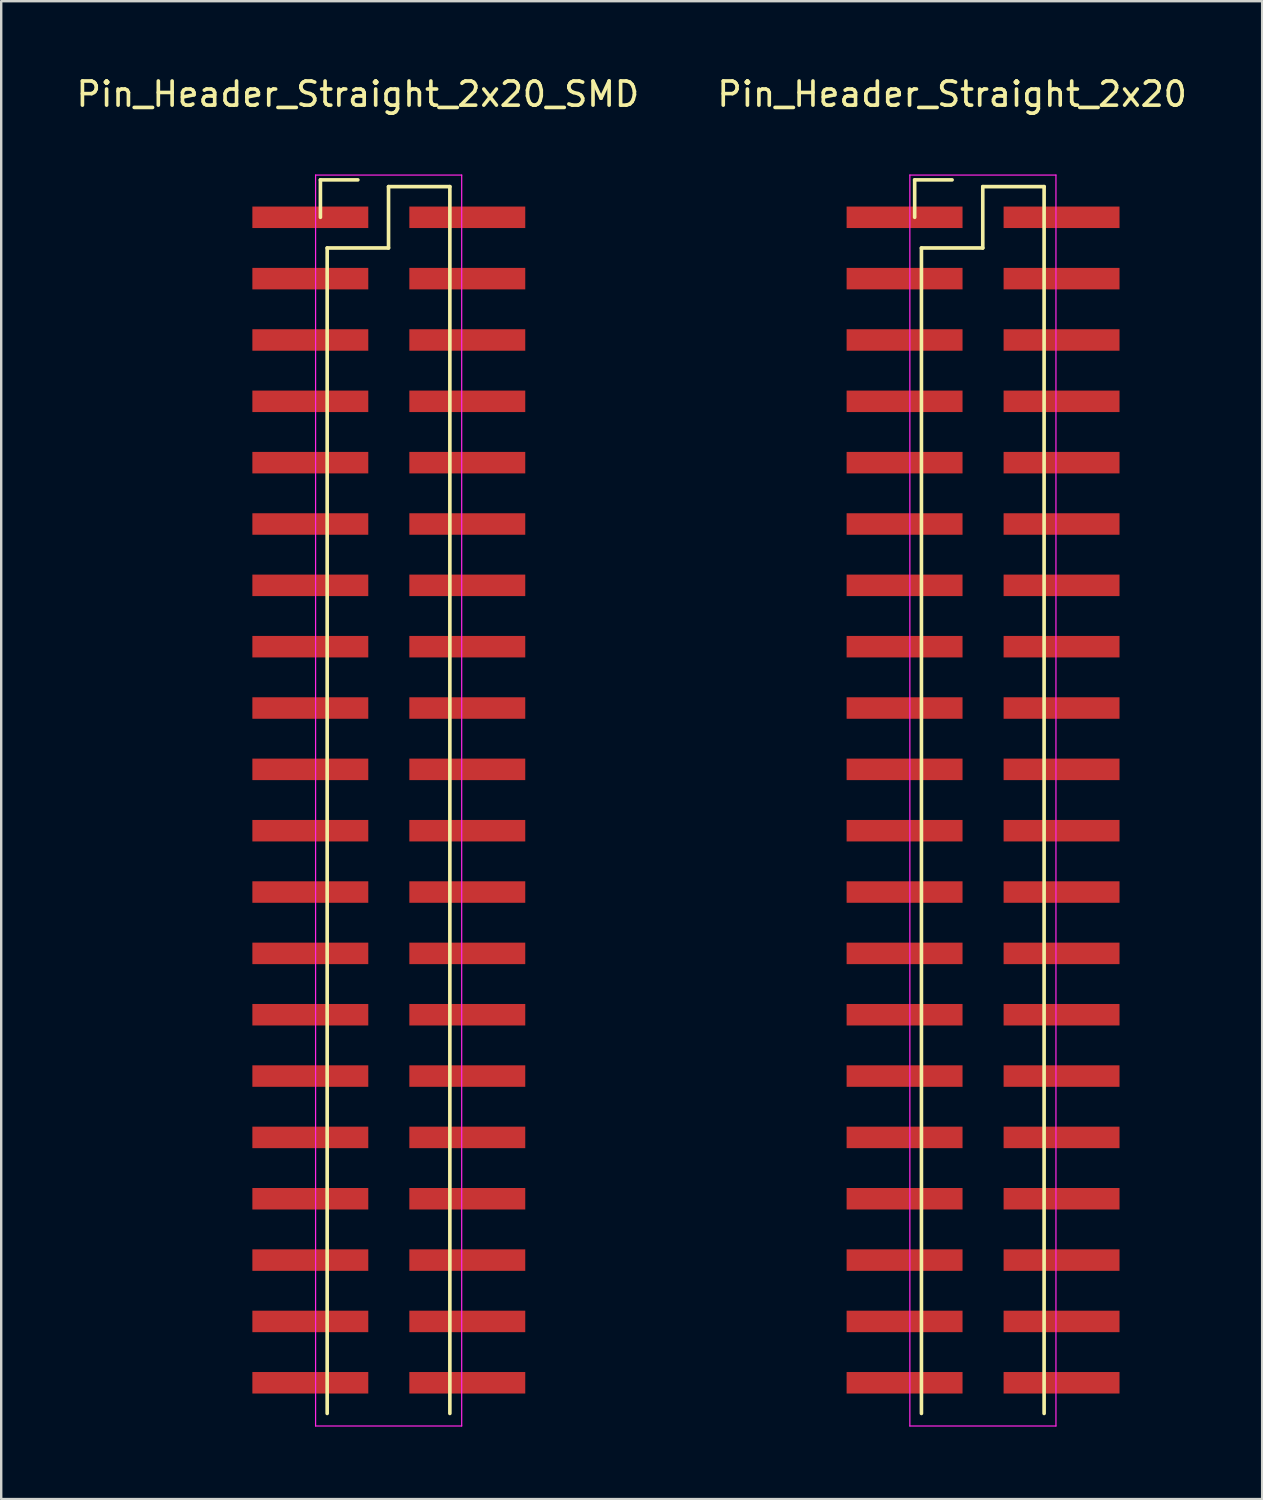
<source format=kicad_pcb>
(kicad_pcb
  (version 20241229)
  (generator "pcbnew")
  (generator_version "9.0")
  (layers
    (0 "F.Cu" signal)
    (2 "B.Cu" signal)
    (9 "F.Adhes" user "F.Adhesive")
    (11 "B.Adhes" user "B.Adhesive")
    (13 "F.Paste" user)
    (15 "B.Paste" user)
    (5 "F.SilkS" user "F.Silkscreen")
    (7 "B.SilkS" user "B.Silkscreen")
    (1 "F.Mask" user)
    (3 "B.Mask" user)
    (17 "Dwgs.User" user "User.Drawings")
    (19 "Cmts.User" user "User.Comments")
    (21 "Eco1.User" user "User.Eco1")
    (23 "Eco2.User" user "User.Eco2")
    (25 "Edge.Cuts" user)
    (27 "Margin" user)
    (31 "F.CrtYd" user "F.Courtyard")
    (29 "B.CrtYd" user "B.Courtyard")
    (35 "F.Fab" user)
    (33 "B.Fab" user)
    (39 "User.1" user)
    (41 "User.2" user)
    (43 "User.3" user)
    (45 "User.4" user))
  (footprint "Pin_Header_Straight_2x20_SMD"
    (layer "F.Cu")
    (at 11.768 5.948)
    (property "Reference" "Pin_Header_Straight_2x20_SMD" (at 0 -5.1 0) (layer "F.SilkS") (effects (font (size 1 1) (thickness 0.15))))
    (attr through_hole)
    (fp_line (start -1.55 -1.55) (end -1.55 0) (stroke (width 0.15) (type solid)) (layer "F.SilkS"))
    (fp_line (start -1.27 1.27) (end -1.27 49.53) (stroke (width 0.15) (type solid)) (layer "F.SilkS"))
    (fp_line (start 0 -1.55) (end -1.55 -1.55) (stroke (width 0.15) (type solid)) (layer "F.SilkS"))
    (fp_line (start 1.27 -1.27) (end 1.27 1.27) (stroke (width 0.15) (type solid)) (layer "F.SilkS"))
    (fp_line (start 1.27 1.27) (end -1.27 1.27) (stroke (width 0.15) (type solid)) (layer "F.SilkS"))
    (fp_line (start 3.81 -1.27) (end 1.27 -1.27) (stroke (width 0.15) (type solid)) (layer "F.SilkS"))
    (fp_line (start 3.81 49.53) (end 3.81 -1.27) (stroke (width 0.15) (type solid)) (layer "F.SilkS"))
    (fp_line (start -1.75 -1.75) (end -1.75 50.05) (stroke (width 0.05) (type solid)) (layer "F.CrtYd"))
    (fp_line (start -1.75 -1.75) (end 4.3 -1.75) (stroke (width 0.05) (type solid)) (layer "F.CrtYd"))
    (fp_line (start -1.75 50.05) (end 4.3 50.05) (stroke (width 0.05) (type solid)) (layer "F.CrtYd"))
    (fp_line (start 4.3 -1.75) (end 4.3 50.05) (stroke (width 0.05) (type solid)) (layer "F.CrtYd"))
    (pad "1" smd rect (at -1.968 0) (size 4.8 0.89) (layers "F.Cu" "F.Mask" "F.Paste"))
    (pad "2" smd rect (at 4.532 0) (size 4.8 0.89) (layers "F.Cu" "F.Mask" "F.Paste"))
    (pad "3" smd rect (at -1.968 2.54) (size 4.8 0.89) (layers "F.Cu" "F.Mask" "F.Paste"))
    (pad "4" smd rect (at 4.532 2.54) (size 4.8 0.89) (layers "F.Cu" "F.Mask" "F.Paste"))
    (pad "5" smd rect (at -1.968 5.08) (size 4.8 0.89) (layers "F.Cu" "F.Mask" "F.Paste"))
    (pad "6" smd rect (at 4.532 5.08) (size 4.8 0.89) (layers "F.Cu" "F.Mask" "F.Paste"))
    (pad "7" smd rect (at -1.968 7.62) (size 4.8 0.89) (layers "F.Cu" "F.Mask" "F.Paste"))
    (pad "8" smd rect (at 4.532 7.62) (size 4.8 0.89) (layers "F.Cu" "F.Mask" "F.Paste"))
    (pad "9" smd rect (at -1.968 10.16) (size 4.8 0.89) (layers "F.Cu" "F.Mask" "F.Paste"))
    (pad "10" smd rect (at 4.532 10.16) (size 4.8 0.89) (layers "F.Cu" "F.Mask" "F.Paste"))
    (pad "11" smd rect (at -1.968 12.7) (size 4.8 0.89) (layers "F.Cu" "F.Mask" "F.Paste"))
    (pad "12" smd rect (at 4.532 12.7) (size 4.8 0.89) (layers "F.Cu" "F.Mask" "F.Paste"))
    (pad "13" smd rect (at -1.968 15.24) (size 4.8 0.89) (layers "F.Cu" "F.Mask" "F.Paste"))
    (pad "14" smd rect (at 4.532 15.24) (size 4.8 0.89) (layers "F.Cu" "F.Mask" "F.Paste"))
    (pad "15" smd rect (at -1.968 17.78) (size 4.8 0.89) (layers "F.Cu" "F.Mask" "F.Paste"))
    (pad "16" smd rect (at 4.532 17.78) (size 4.8 0.89) (layers "F.Cu" "F.Mask" "F.Paste"))
    (pad "17" smd rect (at -1.968 20.32) (size 4.8 0.89) (layers "F.Cu" "F.Mask" "F.Paste"))
    (pad "18" smd rect (at 4.532 20.32) (size 4.8 0.89) (layers "F.Cu" "F.Mask" "F.Paste"))
    (pad "19" smd rect (at -1.968 22.86) (size 4.8 0.89) (layers "F.Cu" "F.Mask" "F.Paste"))
    (pad "20" smd rect (at 4.532 22.86) (size 4.8 0.89) (layers "F.Cu" "F.Mask" "F.Paste"))
    (pad "21" smd rect (at -1.968 25.4) (size 4.8 0.89) (layers "F.Cu" "F.Mask" "F.Paste"))
    (pad "22" smd rect (at 4.532 25.4) (size 4.8 0.89) (layers "F.Cu" "F.Mask" "F.Paste"))
    (pad "23" smd rect (at -1.968 27.94) (size 4.8 0.89) (layers "F.Cu" "F.Mask" "F.Paste"))
    (pad "24" smd rect (at 4.532 27.94) (size 4.8 0.89) (layers "F.Cu" "F.Mask" "F.Paste"))
    (pad "25" smd rect (at -1.968 30.48) (size 4.8 0.89) (layers "F.Cu" "F.Mask" "F.Paste"))
    (pad "26" smd rect (at 4.532 30.48) (size 4.8 0.89) (layers "F.Cu" "F.Mask" "F.Paste"))
    (pad "27" smd rect (at -1.968 33.02) (size 4.8 0.89) (layers "F.Cu" "F.Mask" "F.Paste"))
    (pad "28" smd rect (at 4.532 33.02) (size 4.8 0.89) (layers "F.Cu" "F.Mask" "F.Paste"))
    (pad "29" smd rect (at -1.968 35.56) (size 4.8 0.89) (layers "F.Cu" "F.Mask" "F.Paste"))
    (pad "30" smd rect (at 4.532 35.56) (size 4.8 0.89) (layers "F.Cu" "F.Mask" "F.Paste"))
    (pad "31" smd rect (at -1.968 38.1) (size 4.8 0.89) (layers "F.Cu" "F.Mask" "F.Paste"))
    (pad "32" smd rect (at 4.532 38.1) (size 4.8 0.89) (layers "F.Cu" "F.Mask" "F.Paste"))
    (pad "33" smd rect (at -1.968 40.64) (size 4.8 0.89) (layers "F.Cu" "F.Mask" "F.Paste"))
    (pad "34" smd rect (at 4.532 40.64) (size 4.8 0.89) (layers "F.Cu" "F.Mask" "F.Paste"))
    (pad "35" smd rect (at -1.968 43.18) (size 4.8 0.89) (layers "F.Cu" "F.Mask" "F.Paste"))
    (pad "36" smd rect (at 4.532 43.18) (size 4.8 0.89) (layers "F.Cu" "F.Mask" "F.Paste"))
    (pad "37" smd rect (at -1.968 45.72) (size 4.8 0.89) (layers "F.Cu" "F.Mask" "F.Paste"))
    (pad "38" smd rect (at 4.532 45.72) (size 4.8 0.89) (layers "F.Cu" "F.Mask" "F.Paste"))
    (pad "39" smd rect (at -1.968 48.26) (size 4.8 0.89) (layers "F.Cu" "F.Mask" "F.Paste"))
    (pad "40" smd rect (at 4.532 48.26) (size 4.8 0.89) (layers "F.Cu" "F.Mask" "F.Paste")))
  (footprint "Pin_Header_Straight_2x20"
    (layer "F.Cu")
    (at 36.375 5.948)
    (property "Reference" "Pin_Header_Straight_2x20" (at 0 -5.1 0) (layer "F.SilkS") (effects (font (size 1 1) (thickness 0.15))))
    (attr through_hole)
    (fp_line (start -1.55 -1.55) (end -1.55 0) (stroke (width 0.15) (type solid)) (layer "F.SilkS"))
    (fp_line (start -1.27 1.27) (end -1.27 49.53) (stroke (width 0.15) (type solid)) (layer "F.SilkS"))
    (fp_line (start 0 -1.55) (end -1.55 -1.55) (stroke (width 0.15) (type solid)) (layer "F.SilkS"))
    (fp_line (start 1.27 -1.27) (end 1.27 1.27) (stroke (width 0.15) (type solid)) (layer "F.SilkS"))
    (fp_line (start 1.27 1.27) (end -1.27 1.27) (stroke (width 0.15) (type solid)) (layer "F.SilkS"))
    (fp_line (start 3.81 -1.27) (end 1.27 -1.27) (stroke (width 0.15) (type solid)) (layer "F.SilkS"))
    (fp_line (start 3.81 49.53) (end 3.81 -1.27) (stroke (width 0.15) (type solid)) (layer "F.SilkS"))
    (fp_line (start -1.75 -1.75) (end -1.75 50.05) (stroke (width 0.05) (type solid)) (layer "F.CrtYd"))
    (fp_line (start -1.75 -1.75) (end 4.3 -1.75) (stroke (width 0.05) (type solid)) (layer "F.CrtYd"))
    (fp_line (start -1.75 50.05) (end 4.3 50.05) (stroke (width 0.05) (type solid)) (layer "F.CrtYd"))
    (fp_line (start 4.3 -1.75) (end 4.3 50.05) (stroke (width 0.05) (type solid)) (layer "F.CrtYd"))
    (pad "1" smd rect (at -1.968 0) (size 4.8 0.89) (layers "F.Cu" "F.Mask" "F.Paste"))
    (pad "2" smd rect (at 4.532 0) (size 4.8 0.89) (layers "F.Cu" "F.Mask" "F.Paste"))
    (pad "3" smd rect (at -1.968 2.54) (size 4.8 0.89) (layers "F.Cu" "F.Mask" "F.Paste"))
    (pad "4" smd rect (at 4.532 2.54) (size 4.8 0.89) (layers "F.Cu" "F.Mask" "F.Paste"))
    (pad "5" smd rect (at -1.968 5.08) (size 4.8 0.89) (layers "F.Cu" "F.Mask" "F.Paste"))
    (pad "6" smd rect (at 4.532 5.08) (size 4.8 0.89) (layers "F.Cu" "F.Mask" "F.Paste"))
    (pad "7" smd rect (at -1.968 7.62) (size 4.8 0.89) (layers "F.Cu" "F.Mask" "F.Paste"))
    (pad "8" smd rect (at 4.532 7.62) (size 4.8 0.89) (layers "F.Cu" "F.Mask" "F.Paste"))
    (pad "9" smd rect (at -1.968 10.16) (size 4.8 0.89) (layers "F.Cu" "F.Mask" "F.Paste"))
    (pad "10" smd rect (at 4.532 10.16) (size 4.8 0.89) (layers "F.Cu" "F.Mask" "F.Paste"))
    (pad "11" smd rect (at -1.968 12.7) (size 4.8 0.89) (layers "F.Cu" "F.Mask" "F.Paste"))
    (pad "12" smd rect (at 4.532 12.7) (size 4.8 0.89) (layers "F.Cu" "F.Mask" "F.Paste"))
    (pad "13" smd rect (at -1.968 15.24) (size 4.8 0.89) (layers "F.Cu" "F.Mask" "F.Paste"))
    (pad "14" smd rect (at 4.532 15.24) (size 4.8 0.89) (layers "F.Cu" "F.Mask" "F.Paste"))
    (pad "15" smd rect (at -1.968 17.78) (size 4.8 0.89) (layers "F.Cu" "F.Mask" "F.Paste"))
    (pad "16" smd rect (at 4.532 17.78) (size 4.8 0.89) (layers "F.Cu" "F.Mask" "F.Paste"))
    (pad "17" smd rect (at -1.968 20.32) (size 4.8 0.89) (layers "F.Cu" "F.Mask" "F.Paste"))
    (pad "18" smd rect (at 4.532 20.32) (size 4.8 0.89) (layers "F.Cu" "F.Mask" "F.Paste"))
    (pad "19" smd rect (at -1.968 22.86) (size 4.8 0.89) (layers "F.Cu" "F.Mask" "F.Paste"))
    (pad "20" smd rect (at 4.532 22.86) (size 4.8 0.89) (layers "F.Cu" "F.Mask" "F.Paste"))
    (pad "21" smd rect (at -1.968 25.4) (size 4.8 0.89) (layers "F.Cu" "F.Mask" "F.Paste"))
    (pad "22" smd rect (at 4.532 25.4) (size 4.8 0.89) (layers "F.Cu" "F.Mask" "F.Paste"))
    (pad "23" smd rect (at -1.968 27.94) (size 4.8 0.89) (layers "F.Cu" "F.Mask" "F.Paste"))
    (pad "24" smd rect (at 4.532 27.94) (size 4.8 0.89) (layers "F.Cu" "F.Mask" "F.Paste"))
    (pad "25" smd rect (at -1.968 30.48) (size 4.8 0.89) (layers "F.Cu" "F.Mask" "F.Paste"))
    (pad "26" smd rect (at 4.532 30.48) (size 4.8 0.89) (layers "F.Cu" "F.Mask" "F.Paste"))
    (pad "27" smd rect (at -1.968 33.02) (size 4.8 0.89) (layers "F.Cu" "F.Mask" "F.Paste"))
    (pad "28" smd rect (at 4.532 33.02) (size 4.8 0.89) (layers "F.Cu" "F.Mask" "F.Paste"))
    (pad "29" smd rect (at -1.968 35.56) (size 4.8 0.89) (layers "F.Cu" "F.Mask" "F.Paste"))
    (pad "30" smd rect (at 4.532 35.56) (size 4.8 0.89) (layers "F.Cu" "F.Mask" "F.Paste"))
    (pad "31" smd rect (at -1.968 38.1) (size 4.8 0.89) (layers "F.Cu" "F.Mask" "F.Paste"))
    (pad "32" smd rect (at 4.532 38.1) (size 4.8 0.89) (layers "F.Cu" "F.Mask" "F.Paste"))
    (pad "33" smd rect (at -1.968 40.64) (size 4.8 0.89) (layers "F.Cu" "F.Mask" "F.Paste"))
    (pad "34" smd rect (at 4.532 40.64) (size 4.8 0.89) (layers "F.Cu" "F.Mask" "F.Paste"))
    (pad "35" smd rect (at -1.968 43.18) (size 4.8 0.89) (layers "F.Cu" "F.Mask" "F.Paste"))
    (pad "36" smd rect (at 4.532 43.18) (size 4.8 0.89) (layers "F.Cu" "F.Mask" "F.Paste"))
    (pad "37" smd rect (at -1.968 45.72) (size 4.8 0.89) (layers "F.Cu" "F.Mask" "F.Paste"))
    (pad "38" smd rect (at 4.532 45.72) (size 4.8 0.89) (layers "F.Cu" "F.Mask" "F.Paste"))
    (pad "39" smd rect (at -1.968 48.26) (size 4.8 0.89) (layers "F.Cu" "F.Mask" "F.Paste"))
    (pad "40" smd rect (at 4.532 48.26) (size 4.8 0.89) (layers "F.Cu" "F.Mask" "F.Paste")))
  (gr_rect
    (start -3 -3)
    (end 49.214 59.023)
    (stroke (width 0.1) (type default))
    (fill no)
    (layer "Edge.Cuts")))
</source>
